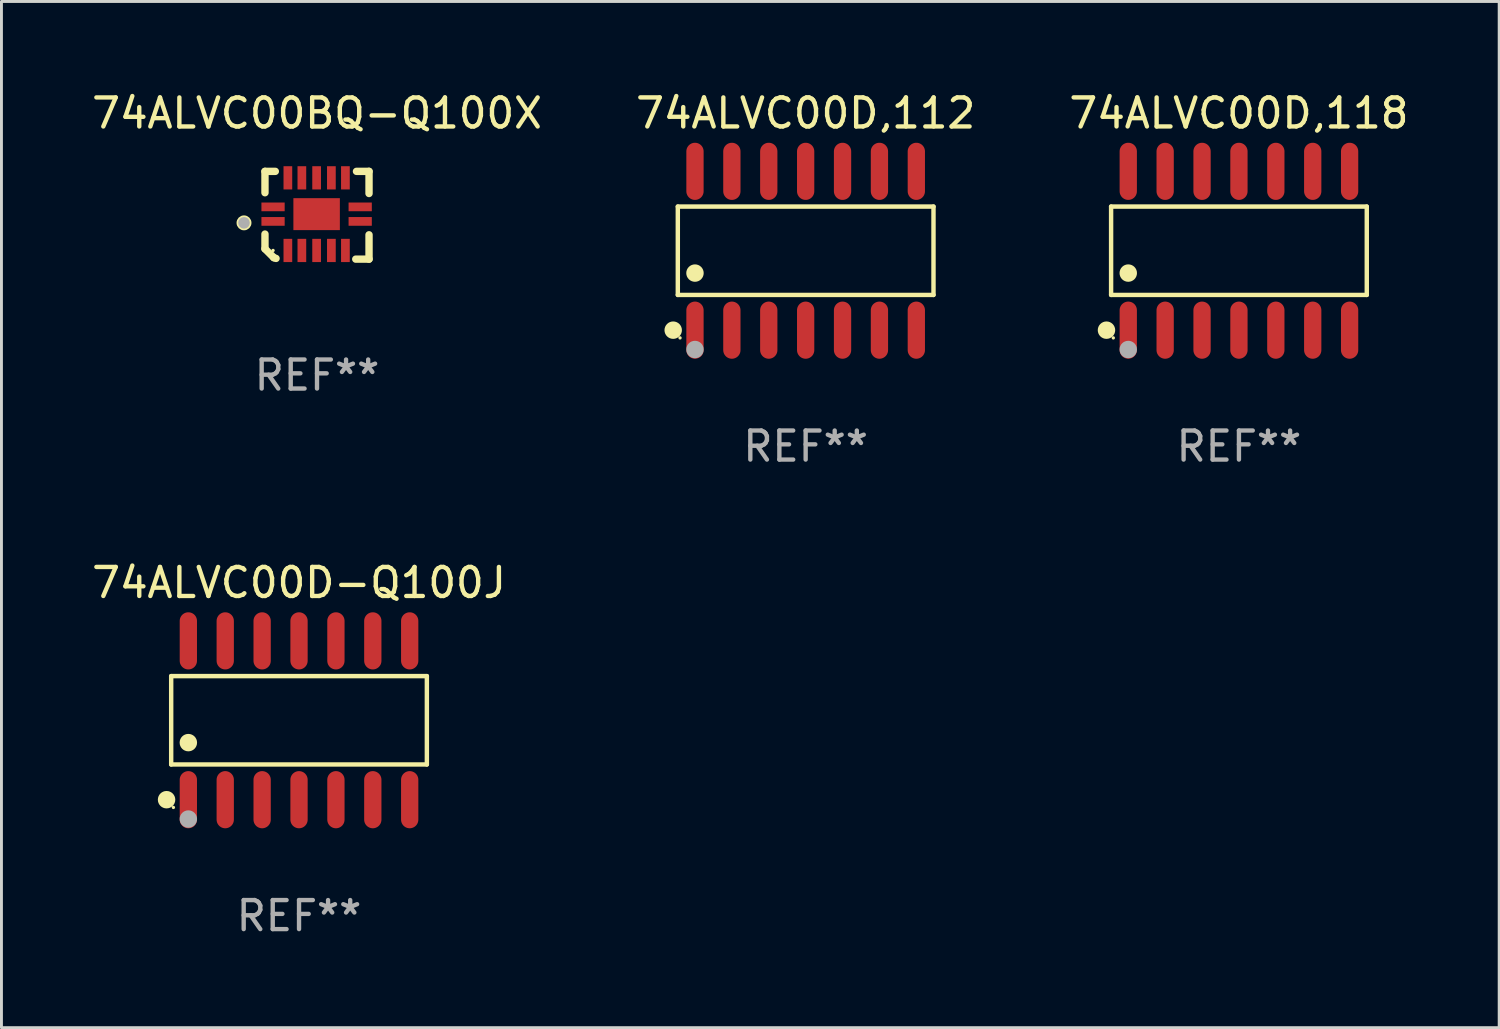
<source format=kicad_pcb>
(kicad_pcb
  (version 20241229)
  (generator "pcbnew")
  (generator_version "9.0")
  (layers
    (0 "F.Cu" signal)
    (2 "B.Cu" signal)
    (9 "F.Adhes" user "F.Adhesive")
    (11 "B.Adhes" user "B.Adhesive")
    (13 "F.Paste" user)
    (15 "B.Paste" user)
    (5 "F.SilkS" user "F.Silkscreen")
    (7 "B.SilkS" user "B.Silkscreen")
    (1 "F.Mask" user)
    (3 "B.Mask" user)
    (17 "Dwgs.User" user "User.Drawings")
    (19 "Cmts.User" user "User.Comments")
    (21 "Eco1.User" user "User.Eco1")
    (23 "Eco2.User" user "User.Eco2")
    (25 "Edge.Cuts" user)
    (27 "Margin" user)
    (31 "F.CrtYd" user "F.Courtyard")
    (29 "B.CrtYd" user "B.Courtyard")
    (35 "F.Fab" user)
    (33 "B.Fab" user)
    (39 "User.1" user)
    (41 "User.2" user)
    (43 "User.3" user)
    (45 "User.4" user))
  (footprint "74ALVC00BQ-Q100X"
    (layer "F.Cu")
    (at 7.863 4.36)
    (property "Reference" "74ALVC00BQ-Q100X" (at 0 -3.511 0) (layer "F.SilkS") (effects (font (size 1 1) (thickness 0.15))))
    (attr through_hole)
    (fp_line (start -1.791 -1.511) (end -1.435 -1.511) (stroke (width 0.254) (type solid)) (layer "F.SilkS"))
    (fp_line (start -1.791 -0.775) (end -1.791 -1.511) (stroke (width 0.254) (type solid)) (layer "F.SilkS"))
    (fp_line (start -1.791 1.156) (end -1.791 0.648) (stroke (width 0.254) (type solid)) (layer "F.SilkS"))
    (fp_line (start -1.486 1.461) (end -1.791 1.156) (stroke (width 0.254) (type solid)) (layer "F.SilkS"))
    (fp_line (start -1.41 1.486) (end -1.486 1.461) (stroke (width 0.254) (type solid)) (layer "F.SilkS"))
    (fp_line (start 1.334 1.511) (end 1.791 1.511) (stroke (width 0.254) (type solid)) (layer "F.SilkS"))
    (fp_line (start 1.791 -1.511) (end 1.359 -1.511) (stroke (width 0.254) (type solid)) (layer "F.SilkS"))
    (fp_line (start 1.791 -0.749) (end 1.791 -1.511) (stroke (width 0.254) (type solid)) (layer "F.SilkS"))
    (fp_line (start 1.791 1.511) (end 1.791 0.673) (stroke (width 0.254) (type solid)) (layer "F.SilkS"))
    (fp_circle (center -2.513 0.262) (end -2.383 0.262) (stroke (width 0.254) (type solid)) (fill no) (layer "F.SilkS"))
    (fp_circle (center -1.513 1.212) (end -1.483 1.212) (stroke (width 0.06) (type solid)) (fill no) (layer "F.SilkS"))
    (fp_circle (center -2.513 0.262) (end -2.413 0.262) (stroke (width 0.2) (type solid)) (fill no) (layer "F.Fab"))
    (fp_text user "REF**" (at 0 5.511 0) (layer "F.Fab") (effects (font (size 1 1) (thickness 0.15))))
    (pad "1" smd rect (at -1.513 0.212) (size 0.8 0.3) (layers "F.Cu" "F.Mask" "F.Paste"))
    (pad "2" smd rect (at -1.003 1.212) (size 0.3 0.8) (layers "F.Cu" "F.Mask" "F.Paste"))
    (pad "3" smd rect (at -0.521 1.212) (size 0.3 0.8) (layers "F.Cu" "F.Mask" "F.Paste"))
    (pad "4" smd rect (at -0.013 1.212) (size 0.3 0.8) (layers "F.Cu" "F.Mask" "F.Paste"))
    (pad "5" smd rect (at 0.495 1.212) (size 0.3 0.8) (layers "F.Cu" "F.Mask" "F.Paste"))
    (pad "6" smd rect (at 0.978 1.212) (size 0.3 0.8) (layers "F.Cu" "F.Mask" "F.Paste"))
    (pad "7" smd rect (at 1.487 0.212) (size 0.8 0.3) (layers "F.Cu" "F.Mask" "F.Paste"))
    (pad "8" smd rect (at 1.487 -0.288) (size 0.8 0.3) (layers "F.Cu" "F.Mask" "F.Paste"))
    (pad "9" smd rect (at 0.978 -1.288) (size 0.3 0.8) (layers "F.Cu" "F.Mask" "F.Paste"))
    (pad "10" smd rect (at 0.495 -1.288) (size 0.3 0.8) (layers "F.Cu" "F.Mask" "F.Paste"))
    (pad "11" smd rect (at -0.013 -1.288) (size 0.3 0.8) (layers "F.Cu" "F.Mask" "F.Paste"))
    (pad "12" smd rect (at -0.521 -1.288) (size 0.3 0.8) (layers "F.Cu" "F.Mask" "F.Paste"))
    (pad "13" smd rect (at -1.003 -1.288) (size 0.3 0.8) (layers "F.Cu" "F.Mask" "F.Paste"))
    (pad "14" smd rect (at -1.513 -0.288) (size 0.8 0.3) (layers "F.Cu" "F.Mask" "F.Paste"))
    (pad "15" smd rect (at -0.013 -0.038 90) (size 1.1 1.6) (layers "F.Cu" "F.Mask" "F.Paste")))
  (footprint "74ALVC00D,118"
    (layer "F.Cu")
    (at 39.601 5.582)
    (property "Reference" "74ALVC00D,118" (at 0 -4.734 0) (layer "F.SilkS") (effects (font (size 1 1) (thickness 0.15))))
    (attr through_hole)
    (fp_line (start -4.401 -1.521) (end 4.401 -1.521) (stroke (width 0.152) (type solid)) (layer "F.SilkS"))
    (fp_line (start -4.401 1.521) (end -4.401 -1.521) (stroke (width 0.152) (type solid)) (layer "F.SilkS"))
    (fp_line (start 4.401 -1.521) (end 4.401 1.521) (stroke (width 0.152) (type solid)) (layer "F.SilkS"))
    (fp_line (start 4.401 1.521) (end -4.401 1.521) (stroke (width 0.152) (type solid)) (layer "F.SilkS"))
    (fp_circle (center -4.56 2.734) (end -4.41 2.734) (stroke (width 0.3) (type solid)) (fill no) (layer "F.SilkS"))
    (fp_circle (center -4.325 3) (end -4.295 3) (stroke (width 0.06) (type solid)) (fill no) (layer "F.SilkS"))
    (fp_circle (center -3.81 0.769) (end -3.66 0.769) (stroke (width 0.3) (type solid)) (fill no) (layer "F.SilkS"))
    (fp_circle (center -3.81 3.4) (end -3.66 3.4) (stroke (width 0.3) (type solid)) (fill no) (layer "F.Fab"))
    (fp_text user "REF**" (at 0 6.734 0) (layer "F.Fab") (effects (font (size 1 1) (thickness 0.15))))
    (pad "1" smd oval (at -3.81 2.734) (size 0.595 1.968) (layers "F.Cu" "F.Mask" "F.Paste"))
    (pad "2" smd oval (at -2.54 2.734) (size 0.595 1.968) (layers "F.Cu" "F.Mask" "F.Paste"))
    (pad "3" smd oval (at -1.27 2.734) (size 0.595 1.968) (layers "F.Cu" "F.Mask" "F.Paste"))
    (pad "4" smd oval (at 0 2.734) (size 0.595 1.968) (layers "F.Cu" "F.Mask" "F.Paste"))
    (pad "5" smd oval (at 1.27 2.734) (size 0.595 1.968) (layers "F.Cu" "F.Mask" "F.Paste"))
    (pad "6" smd oval (at 2.54 2.734) (size 0.595 1.968) (layers "F.Cu" "F.Mask" "F.Paste"))
    (pad "7" smd oval (at 3.81 2.734) (size 0.595 1.968) (layers "F.Cu" "F.Mask" "F.Paste"))
    (pad "8" smd oval (at 3.81 -2.734) (size 0.595 1.968) (layers "F.Cu" "F.Mask" "F.Paste"))
    (pad "9" smd oval (at 2.54 -2.734) (size 0.595 1.968) (layers "F.Cu" "F.Mask" "F.Paste"))
    (pad "10" smd oval (at 1.27 -2.734) (size 0.595 1.968) (layers "F.Cu" "F.Mask" "F.Paste"))
    (pad "11" smd oval (at 0 -2.734) (size 0.595 1.968) (layers "F.Cu" "F.Mask" "F.Paste"))
    (pad "12" smd oval (at -1.27 -2.734) (size 0.595 1.968) (layers "F.Cu" "F.Mask" "F.Paste"))
    (pad "13" smd oval (at -2.54 -2.734) (size 0.595 1.968) (layers "F.Cu" "F.Mask" "F.Paste"))
    (pad "14" smd oval (at -3.81 -2.734) (size 0.595 1.968) (layers "F.Cu" "F.Mask" "F.Paste")))
  (footprint "74ALVC00D-Q100J"
    (layer "F.Cu")
    (at 7.244 21.746)
    (property "Reference" "74ALVC00D-Q100J" (at 0 -4.734 0) (layer "F.SilkS") (effects (font (size 1 1) (thickness 0.15))))
    (attr through_hole)
    (fp_line (start -4.401 -1.521) (end 4.401 -1.521) (stroke (width 0.152) (type solid)) (layer "F.SilkS"))
    (fp_line (start -4.401 1.521) (end -4.401 -1.521) (stroke (width 0.152) (type solid)) (layer "F.SilkS"))
    (fp_line (start 4.401 -1.521) (end 4.401 1.521) (stroke (width 0.152) (type solid)) (layer "F.SilkS"))
    (fp_line (start 4.401 1.521) (end -4.401 1.521) (stroke (width 0.152) (type solid)) (layer "F.SilkS"))
    (fp_circle (center -4.56 2.734) (end -4.41 2.734) (stroke (width 0.3) (type solid)) (fill no) (layer "F.SilkS"))
    (fp_circle (center -4.325 3) (end -4.295 3) (stroke (width 0.06) (type solid)) (fill no) (layer "F.SilkS"))
    (fp_circle (center -3.81 0.769) (end -3.66 0.769) (stroke (width 0.3) (type solid)) (fill no) (layer "F.SilkS"))
    (fp_circle (center -3.81 3.4) (end -3.66 3.4) (stroke (width 0.3) (type solid)) (fill no) (layer "F.Fab"))
    (fp_text user "REF**" (at 0 6.734 0) (layer "F.Fab") (effects (font (size 1 1) (thickness 0.15))))
    (pad "1" smd oval (at -3.81 2.734) (size 0.595 1.968) (layers "F.Cu" "F.Mask" "F.Paste"))
    (pad "2" smd oval (at -2.54 2.734) (size 0.595 1.968) (layers "F.Cu" "F.Mask" "F.Paste"))
    (pad "3" smd oval (at -1.27 2.734) (size 0.595 1.968) (layers "F.Cu" "F.Mask" "F.Paste"))
    (pad "4" smd oval (at 0 2.734) (size 0.595 1.968) (layers "F.Cu" "F.Mask" "F.Paste"))
    (pad "5" smd oval (at 1.27 2.734) (size 0.595 1.968) (layers "F.Cu" "F.Mask" "F.Paste"))
    (pad "6" smd oval (at 2.54 2.734) (size 0.595 1.968) (layers "F.Cu" "F.Mask" "F.Paste"))
    (pad "7" smd oval (at 3.81 2.734) (size 0.595 1.968) (layers "F.Cu" "F.Mask" "F.Paste"))
    (pad "8" smd oval (at 3.81 -2.734) (size 0.595 1.968) (layers "F.Cu" "F.Mask" "F.Paste"))
    (pad "9" smd oval (at 2.54 -2.734) (size 0.595 1.968) (layers "F.Cu" "F.Mask" "F.Paste"))
    (pad "10" smd oval (at 1.27 -2.734) (size 0.595 1.968) (layers "F.Cu" "F.Mask" "F.Paste"))
    (pad "11" smd oval (at 0 -2.734) (size 0.595 1.968) (layers "F.Cu" "F.Mask" "F.Paste"))
    (pad "12" smd oval (at -1.27 -2.734) (size 0.595 1.968) (layers "F.Cu" "F.Mask" "F.Paste"))
    (pad "13" smd oval (at -2.54 -2.734) (size 0.595 1.968) (layers "F.Cu" "F.Mask" "F.Paste"))
    (pad "14" smd oval (at -3.81 -2.734) (size 0.595 1.968) (layers "F.Cu" "F.Mask" "F.Paste")))
  (footprint "74ALVC00D,112"
    (layer "F.Cu")
    (at 24.685 5.582)
    (property "Reference" "74ALVC00D,112" (at 0 -4.734 0) (layer "F.SilkS") (effects (font (size 1 1) (thickness 0.15))))
    (attr through_hole)
    (fp_line (start -4.401 -1.521) (end 4.401 -1.521) (stroke (width 0.152) (type solid)) (layer "F.SilkS"))
    (fp_line (start -4.401 1.521) (end -4.401 -1.521) (stroke (width 0.152) (type solid)) (layer "F.SilkS"))
    (fp_line (start 4.401 -1.521) (end 4.401 1.521) (stroke (width 0.152) (type solid)) (layer "F.SilkS"))
    (fp_line (start 4.401 1.521) (end -4.401 1.521) (stroke (width 0.152) (type solid)) (layer "F.SilkS"))
    (fp_circle (center -4.56 2.734) (end -4.41 2.734) (stroke (width 0.3) (type solid)) (fill no) (layer "F.SilkS"))
    (fp_circle (center -4.325 3) (end -4.295 3) (stroke (width 0.06) (type solid)) (fill no) (layer "F.SilkS"))
    (fp_circle (center -3.81 0.769) (end -3.66 0.769) (stroke (width 0.3) (type solid)) (fill no) (layer "F.SilkS"))
    (fp_circle (center -3.81 3.4) (end -3.66 3.4) (stroke (width 0.3) (type solid)) (fill no) (layer "F.Fab"))
    (fp_text user "REF**" (at 0 6.734 0) (layer "F.Fab") (effects (font (size 1 1) (thickness 0.15))))
    (pad "1" smd oval (at -3.81 2.734) (size 0.595 1.968) (layers "F.Cu" "F.Mask" "F.Paste"))
    (pad "2" smd oval (at -2.54 2.734) (size 0.595 1.968) (layers "F.Cu" "F.Mask" "F.Paste"))
    (pad "3" smd oval (at -1.27 2.734) (size 0.595 1.968) (layers "F.Cu" "F.Mask" "F.Paste"))
    (pad "4" smd oval (at 0 2.734) (size 0.595 1.968) (layers "F.Cu" "F.Mask" "F.Paste"))
    (pad "5" smd oval (at 1.27 2.734) (size 0.595 1.968) (layers "F.Cu" "F.Mask" "F.Paste"))
    (pad "6" smd oval (at 2.54 2.734) (size 0.595 1.968) (layers "F.Cu" "F.Mask" "F.Paste"))
    (pad "7" smd oval (at 3.81 2.734) (size 0.595 1.968) (layers "F.Cu" "F.Mask" "F.Paste"))
    (pad "8" smd oval (at 3.81 -2.734) (size 0.595 1.968) (layers "F.Cu" "F.Mask" "F.Paste"))
    (pad "9" smd oval (at 2.54 -2.734) (size 0.595 1.968) (layers "F.Cu" "F.Mask" "F.Paste"))
    (pad "10" smd oval (at 1.27 -2.734) (size 0.595 1.968) (layers "F.Cu" "F.Mask" "F.Paste"))
    (pad "11" smd oval (at 0 -2.734) (size 0.595 1.968) (layers "F.Cu" "F.Mask" "F.Paste"))
    (pad "12" smd oval (at -1.27 -2.734) (size 0.595 1.968) (layers "F.Cu" "F.Mask" "F.Paste"))
    (pad "13" smd oval (at -2.54 -2.734) (size 0.595 1.968) (layers "F.Cu" "F.Mask" "F.Paste"))
    (pad "14" smd oval (at -3.81 -2.734) (size 0.595 1.968) (layers "F.Cu" "F.Mask" "F.Paste")))
  (gr_rect
    (start -3 -3)
    (end 48.56 32.328)
    (stroke (width 0.1) (type default))
    (fill no)
    (layer "Edge.Cuts")))
</source>
